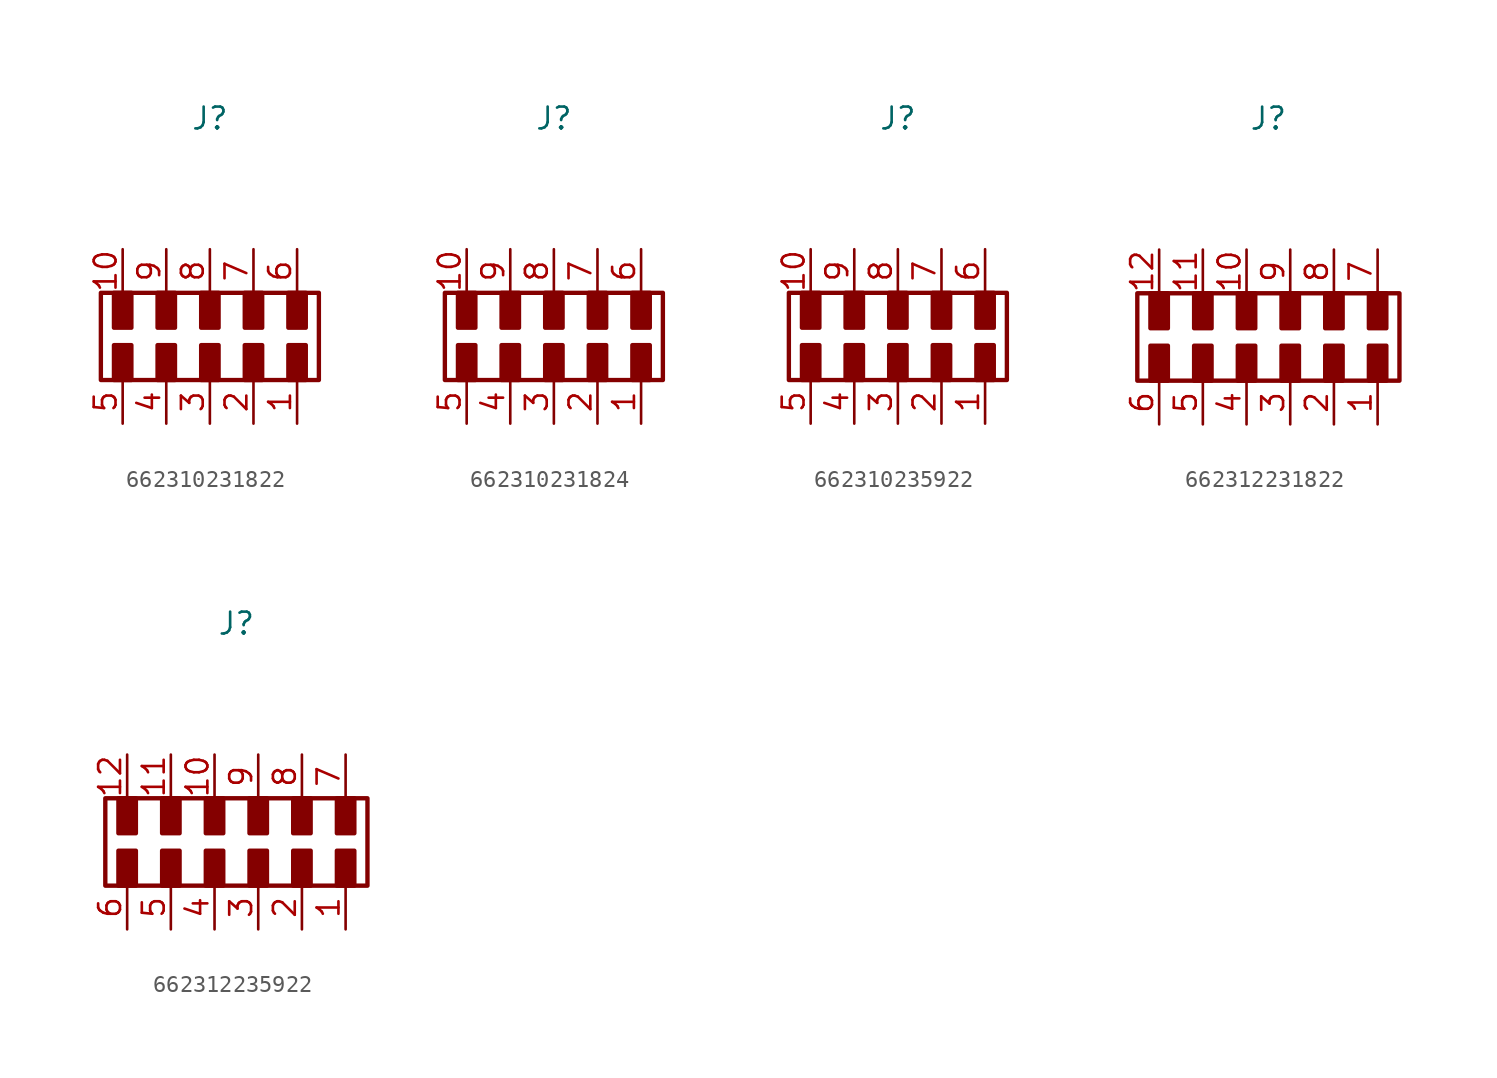
<source format=kicad_sym>
(kicad_symbol_lib
  (version 20241209)
  (generator "kicad_symbol_editor")
  (generator_version "9.0")
  (symbol "662310231822"
    (pin_names
      (hide yes))
    (property "Reference" "J"
      (at 0 12.7 0)
      (effects (font (size 1.27 1.27))))
    (symbol "662310231822_1_1"
      (rectangle (start -6.35 2.54) (end 6.35 -2.54) (stroke (width 0.254) (type solid)) (fill (type none)))
      (rectangle (start -5.588 2.54) (end -4.572 0.508) (stroke (width 0.254) (type solid)) (fill (type outline)))
      (rectangle (start -5.588 -0.508) (end -4.572 -2.54) (stroke (width 0.254) (type solid)) (fill (type outline)))
      (rectangle (start -3.048 2.54) (end -2.032 0.508) (stroke (width 0.254) (type solid)) (fill (type outline)))
      (rectangle (start -3.048 -0.508) (end -2.032 -2.54) (stroke (width 0.254) (type solid)) (fill (type outline)))
      (rectangle (start -0.508 2.54) (end 0.508 0.508) (stroke (width 0.254) (type solid)) (fill (type outline)))
      (rectangle (start -0.508 -0.508) (end 0.508 -2.54) (stroke (width 0.254) (type solid)) (fill (type outline)))
      (rectangle (start 2.032 2.54) (end 3.048 0.508) (stroke (width 0.254) (type solid)) (fill (type outline)))
      (rectangle (start 2.032 -0.508) (end 3.048 -2.54) (stroke (width 0.254) (type solid)) (fill (type outline)))
      (rectangle (start 4.572 2.54) (end 5.588 0.508) (stroke (width 0.254) (type solid)) (fill (type outline)))
      (rectangle (start 4.572 -0.508) (end 5.588 -2.54) (stroke (width 0.254) (type solid)) (fill (type outline)))
      (pin passive line (at -5.08 5.08 270) (length 2.54) (name "10" (effects (font (size 1.27 1.27)))) (number "10" (effects (font (size 1.27 1.27)))))
      (pin passive line (at -5.08 -5.08 90) (length 2.54) (name "5" (effects (font (size 1.27 1.27)))) (number "5" (effects (font (size 1.27 1.27)))))
      (pin passive line (at -2.54 5.08 270) (length 2.54) (name "9" (effects (font (size 1.27 1.27)))) (number "9" (effects (font (size 1.27 1.27)))))
      (pin passive line (at -2.54 -5.08 90) (length 2.54) (name "4" (effects (font (size 1.27 1.27)))) (number "4" (effects (font (size 1.27 1.27)))))
      (pin passive line (at 0 5.08 270) (length 2.54) (name "8" (effects (font (size 1.27 1.27)))) (number "8" (effects (font (size 1.27 1.27)))))
      (pin passive line (at 0 -5.08 90) (length 2.54) (name "3" (effects (font (size 1.27 1.27)))) (number "3" (effects (font (size 1.27 1.27)))))
      (pin passive line (at 2.54 5.08 270) (length 2.54) (name "7" (effects (font (size 1.27 1.27)))) (number "7" (effects (font (size 1.27 1.27)))))
      (pin passive line (at 2.54 -5.08 90) (length 2.54) (name "2" (effects (font (size 1.27 1.27)))) (number "2" (effects (font (size 1.27 1.27)))))
      (pin passive line (at 5.08 5.08 270) (length 2.54) (name "6" (effects (font (size 1.27 1.27)))) (number "6" (effects (font (size 1.27 1.27)))))
      (pin passive line (at 5.08 -5.08 90) (length 2.54) (name "1" (effects (font (size 1.27 1.27)))) (number "1" (effects (font (size 1.27 1.27)))))))
  (symbol "662310231824"
    (pin_names
      (hide yes))
    (property "Reference" "J"
      (at 0 12.7 0)
      (effects (font (size 1.27 1.27))))
    (symbol "662310231824_1_1"
      (rectangle (start -6.35 2.54) (end 6.35 -2.54) (stroke (width 0.254) (type solid)) (fill (type none)))
      (rectangle (start -5.588 2.54) (end -4.572 0.508) (stroke (width 0.254) (type solid)) (fill (type outline)))
      (rectangle (start -5.588 -0.508) (end -4.572 -2.54) (stroke (width 0.254) (type solid)) (fill (type outline)))
      (rectangle (start -3.048 2.54) (end -2.032 0.508) (stroke (width 0.254) (type solid)) (fill (type outline)))
      (rectangle (start -3.048 -0.508) (end -2.032 -2.54) (stroke (width 0.254) (type solid)) (fill (type outline)))
      (rectangle (start -0.508 2.54) (end 0.508 0.508) (stroke (width 0.254) (type solid)) (fill (type outline)))
      (rectangle (start -0.508 -0.508) (end 0.508 -2.54) (stroke (width 0.254) (type solid)) (fill (type outline)))
      (rectangle (start 2.032 2.54) (end 3.048 0.508) (stroke (width 0.254) (type solid)) (fill (type outline)))
      (rectangle (start 2.032 -0.508) (end 3.048 -2.54) (stroke (width 0.254) (type solid)) (fill (type outline)))
      (rectangle (start 4.572 2.54) (end 5.588 0.508) (stroke (width 0.254) (type solid)) (fill (type outline)))
      (rectangle (start 4.572 -0.508) (end 5.588 -2.54) (stroke (width 0.254) (type solid)) (fill (type outline)))
      (pin passive line (at -5.08 5.08 270) (length 2.54) (name "10" (effects (font (size 1.27 1.27)))) (number "10" (effects (font (size 1.27 1.27)))))
      (pin passive line (at -5.08 -5.08 90) (length 2.54) (name "5" (effects (font (size 1.27 1.27)))) (number "5" (effects (font (size 1.27 1.27)))))
      (pin passive line (at -2.54 5.08 270) (length 2.54) (name "9" (effects (font (size 1.27 1.27)))) (number "9" (effects (font (size 1.27 1.27)))))
      (pin passive line (at -2.54 -5.08 90) (length 2.54) (name "4" (effects (font (size 1.27 1.27)))) (number "4" (effects (font (size 1.27 1.27)))))
      (pin passive line (at 0 5.08 270) (length 2.54) (name "8" (effects (font (size 1.27 1.27)))) (number "8" (effects (font (size 1.27 1.27)))))
      (pin passive line (at 0 -5.08 90) (length 2.54) (name "3" (effects (font (size 1.27 1.27)))) (number "3" (effects (font (size 1.27 1.27)))))
      (pin passive line (at 2.54 5.08 270) (length 2.54) (name "7" (effects (font (size 1.27 1.27)))) (number "7" (effects (font (size 1.27 1.27)))))
      (pin passive line (at 2.54 -5.08 90) (length 2.54) (name "2" (effects (font (size 1.27 1.27)))) (number "2" (effects (font (size 1.27 1.27)))))
      (pin passive line (at 5.08 5.08 270) (length 2.54) (name "6" (effects (font (size 1.27 1.27)))) (number "6" (effects (font (size 1.27 1.27)))))
      (pin passive line (at 5.08 -5.08 90) (length 2.54) (name "1" (effects (font (size 1.27 1.27)))) (number "1" (effects (font (size 1.27 1.27)))))))
  (symbol "662310235922"
    (pin_names
      (hide yes))
    (property "Reference" "J"
      (at 0 12.7 0)
      (effects (font (size 1.27 1.27))))
    (symbol "662310235922_1_1"
      (rectangle (start -6.35 2.54) (end 6.35 -2.54) (stroke (width 0.254) (type solid)) (fill (type none)))
      (rectangle (start -5.588 2.54) (end -4.572 0.508) (stroke (width 0.254) (type solid)) (fill (type outline)))
      (rectangle (start -5.588 -0.508) (end -4.572 -2.54) (stroke (width 0.254) (type solid)) (fill (type outline)))
      (rectangle (start -3.048 2.54) (end -2.032 0.508) (stroke (width 0.254) (type solid)) (fill (type outline)))
      (rectangle (start -3.048 -0.508) (end -2.032 -2.54) (stroke (width 0.254) (type solid)) (fill (type outline)))
      (rectangle (start -0.508 2.54) (end 0.508 0.508) (stroke (width 0.254) (type solid)) (fill (type outline)))
      (rectangle (start -0.508 -0.508) (end 0.508 -2.54) (stroke (width 0.254) (type solid)) (fill (type outline)))
      (rectangle (start 2.032 2.54) (end 3.048 0.508) (stroke (width 0.254) (type solid)) (fill (type outline)))
      (rectangle (start 2.032 -0.508) (end 3.048 -2.54) (stroke (width 0.254) (type solid)) (fill (type outline)))
      (rectangle (start 4.572 2.54) (end 5.588 0.508) (stroke (width 0.254) (type solid)) (fill (type outline)))
      (rectangle (start 4.572 -0.508) (end 5.588 -2.54) (stroke (width 0.254) (type solid)) (fill (type outline)))
      (pin passive line (at -5.08 5.08 270) (length 2.54) (name "10" (effects (font (size 1.27 1.27)))) (number "10" (effects (font (size 1.27 1.27)))))
      (pin passive line (at -5.08 -5.08 90) (length 2.54) (name "5" (effects (font (size 1.27 1.27)))) (number "5" (effects (font (size 1.27 1.27)))))
      (pin passive line (at -2.54 5.08 270) (length 2.54) (name "9" (effects (font (size 1.27 1.27)))) (number "9" (effects (font (size 1.27 1.27)))))
      (pin passive line (at -2.54 -5.08 90) (length 2.54) (name "4" (effects (font (size 1.27 1.27)))) (number "4" (effects (font (size 1.27 1.27)))))
      (pin passive line (at 0 5.08 270) (length 2.54) (name "8" (effects (font (size 1.27 1.27)))) (number "8" (effects (font (size 1.27 1.27)))))
      (pin passive line (at 0 -5.08 90) (length 2.54) (name "3" (effects (font (size 1.27 1.27)))) (number "3" (effects (font (size 1.27 1.27)))))
      (pin passive line (at 2.54 5.08 270) (length 2.54) (name "7" (effects (font (size 1.27 1.27)))) (number "7" (effects (font (size 1.27 1.27)))))
      (pin passive line (at 2.54 -5.08 90) (length 2.54) (name "2" (effects (font (size 1.27 1.27)))) (number "2" (effects (font (size 1.27 1.27)))))
      (pin passive line (at 5.08 5.08 270) (length 2.54) (name "6" (effects (font (size 1.27 1.27)))) (number "6" (effects (font (size 1.27 1.27)))))
      (pin passive line (at 5.08 -5.08 90) (length 2.54) (name "1" (effects (font (size 1.27 1.27)))) (number "1" (effects (font (size 1.27 1.27)))))))
  (symbol "662312231822"
    (pin_names
      (hide yes))
    (property "Reference" "J"
      (at 0 12.7 0)
      (effects (font (size 1.27 1.27))))
    (symbol "662312231822_1_1"
      (rectangle (start -7.62 2.54) (end 7.62 -2.54) (stroke (width 0.254) (type solid)) (fill (type none)))
      (rectangle (start -6.858 2.54) (end -5.842 0.508) (stroke (width 0.254) (type solid)) (fill (type outline)))
      (rectangle (start -6.858 -0.508) (end -5.842 -2.54) (stroke (width 0.254) (type solid)) (fill (type outline)))
      (rectangle (start -4.318 2.54) (end -3.302 0.508) (stroke (width 0.254) (type solid)) (fill (type outline)))
      (rectangle (start -4.318 -0.508) (end -3.302 -2.54) (stroke (width 0.254) (type solid)) (fill (type outline)))
      (rectangle (start -1.778 2.54) (end -0.762 0.508) (stroke (width 0.254) (type solid)) (fill (type outline)))
      (rectangle (start -1.778 -0.508) (end -0.762 -2.54) (stroke (width 0.254) (type solid)) (fill (type outline)))
      (rectangle (start 0.762 2.54) (end 1.778 0.508) (stroke (width 0.254) (type solid)) (fill (type outline)))
      (rectangle (start 0.762 -0.508) (end 1.778 -2.54) (stroke (width 0.254) (type solid)) (fill (type outline)))
      (rectangle (start 3.302 2.54) (end 4.318 0.508) (stroke (width 0.254) (type solid)) (fill (type outline)))
      (rectangle (start 3.302 -0.508) (end 4.318 -2.54) (stroke (width 0.254) (type solid)) (fill (type outline)))
      (rectangle (start 5.842 2.54) (end 6.858 0.508) (stroke (width 0.254) (type solid)) (fill (type outline)))
      (rectangle (start 5.842 -0.508) (end 6.858 -2.54) (stroke (width 0.254) (type solid)) (fill (type outline)))
      (pin passive line (at -6.35 5.08 270) (length 2.54) (name "12" (effects (font (size 1.27 1.27)))) (number "12" (effects (font (size 1.27 1.27)))))
      (pin passive line (at -6.35 -5.08 90) (length 2.54) (name "6" (effects (font (size 1.27 1.27)))) (number "6" (effects (font (size 1.27 1.27)))))
      (pin passive line (at -3.81 5.08 270) (length 2.54) (name "11" (effects (font (size 1.27 1.27)))) (number "11" (effects (font (size 1.27 1.27)))))
      (pin passive line (at -3.81 -5.08 90) (length 2.54) (name "5" (effects (font (size 1.27 1.27)))) (number "5" (effects (font (size 1.27 1.27)))))
      (pin passive line (at -1.27 5.08 270) (length 2.54) (name "10" (effects (font (size 1.27 1.27)))) (number "10" (effects (font (size 1.27 1.27)))))
      (pin passive line (at -1.27 -5.08 90) (length 2.54) (name "4" (effects (font (size 1.27 1.27)))) (number "4" (effects (font (size 1.27 1.27)))))
      (pin passive line (at 1.27 5.08 270) (length 2.54) (name "9" (effects (font (size 1.27 1.27)))) (number "9" (effects (font (size 1.27 1.27)))))
      (pin passive line (at 1.27 -5.08 90) (length 2.54) (name "3" (effects (font (size 1.27 1.27)))) (number "3" (effects (font (size 1.27 1.27)))))
      (pin passive line (at 3.81 5.08 270) (length 2.54) (name "8" (effects (font (size 1.27 1.27)))) (number "8" (effects (font (size 1.27 1.27)))))
      (pin passive line (at 3.81 -5.08 90) (length 2.54) (name "2" (effects (font (size 1.27 1.27)))) (number "2" (effects (font (size 1.27 1.27)))))
      (pin passive line (at 6.35 5.08 270) (length 2.54) (name "7" (effects (font (size 1.27 1.27)))) (number "7" (effects (font (size 1.27 1.27)))))
      (pin passive line (at 6.35 -5.08 90) (length 2.54) (name "1" (effects (font (size 1.27 1.27)))) (number "1" (effects (font (size 1.27 1.27)))))))
  (symbol "662312235922"
    (pin_names
      (hide yes))
    (property "Reference" "J"
      (at 0 12.7 0)
      (effects (font (size 1.27 1.27))))
    (symbol "662312235922_1_1"
      (rectangle (start -7.62 2.54) (end 7.62 -2.54) (stroke (width 0.254) (type solid)) (fill (type none)))
      (rectangle (start -6.858 2.54) (end -5.842 0.508) (stroke (width 0.254) (type solid)) (fill (type outline)))
      (rectangle (start -6.858 -0.508) (end -5.842 -2.54) (stroke (width 0.254) (type solid)) (fill (type outline)))
      (rectangle (start -4.318 2.54) (end -3.302 0.508) (stroke (width 0.254) (type solid)) (fill (type outline)))
      (rectangle (start -4.318 -0.508) (end -3.302 -2.54) (stroke (width 0.254) (type solid)) (fill (type outline)))
      (rectangle (start -1.778 2.54) (end -0.762 0.508) (stroke (width 0.254) (type solid)) (fill (type outline)))
      (rectangle (start -1.778 -0.508) (end -0.762 -2.54) (stroke (width 0.254) (type solid)) (fill (type outline)))
      (rectangle (start 0.762 2.54) (end 1.778 0.508) (stroke (width 0.254) (type solid)) (fill (type outline)))
      (rectangle (start 0.762 -0.508) (end 1.778 -2.54) (stroke (width 0.254) (type solid)) (fill (type outline)))
      (rectangle (start 3.302 2.54) (end 4.318 0.508) (stroke (width 0.254) (type solid)) (fill (type outline)))
      (rectangle (start 3.302 -0.508) (end 4.318 -2.54) (stroke (width 0.254) (type solid)) (fill (type outline)))
      (rectangle (start 5.842 2.54) (end 6.858 0.508) (stroke (width 0.254) (type solid)) (fill (type outline)))
      (rectangle (start 5.842 -0.508) (end 6.858 -2.54) (stroke (width 0.254) (type solid)) (fill (type outline)))
      (pin passive line (at -6.35 5.08 270) (length 2.54) (name "12" (effects (font (size 1.27 1.27)))) (number "12" (effects (font (size 1.27 1.27)))))
      (pin passive line (at -6.35 -5.08 90) (length 2.54) (name "6" (effects (font (size 1.27 1.27)))) (number "6" (effects (font (size 1.27 1.27)))))
      (pin passive line (at -3.81 5.08 270) (length 2.54) (name "11" (effects (font (size 1.27 1.27)))) (number "11" (effects (font (size 1.27 1.27)))))
      (pin passive line (at -3.81 -5.08 90) (length 2.54) (name "5" (effects (font (size 1.27 1.27)))) (number "5" (effects (font (size 1.27 1.27)))))
      (pin passive line (at -1.27 5.08 270) (length 2.54) (name "10" (effects (font (size 1.27 1.27)))) (number "10" (effects (font (size 1.27 1.27)))))
      (pin passive line (at -1.27 -5.08 90) (length 2.54) (name "4" (effects (font (size 1.27 1.27)))) (number "4" (effects (font (size 1.27 1.27)))))
      (pin passive line (at 1.27 5.08 270) (length 2.54) (name "9" (effects (font (size 1.27 1.27)))) (number "9" (effects (font (size 1.27 1.27)))))
      (pin passive line (at 1.27 -5.08 90) (length 2.54) (name "3" (effects (font (size 1.27 1.27)))) (number "3" (effects (font (size 1.27 1.27)))))
      (pin passive line (at 3.81 5.08 270) (length 2.54) (name "8" (effects (font (size 1.27 1.27)))) (number "8" (effects (font (size 1.27 1.27)))))
      (pin passive line (at 3.81 -5.08 90) (length 2.54) (name "2" (effects (font (size 1.27 1.27)))) (number "2" (effects (font (size 1.27 1.27)))))
      (pin passive line (at 6.35 5.08 270) (length 2.54) (name "7" (effects (font (size 1.27 1.27)))) (number "7" (effects (font (size 1.27 1.27)))))
      (pin passive line (at 6.35 -5.08 90) (length 2.54) (name "1" (effects (font (size 1.27 1.27)))) (number "1" (effects (font (size 1.27 1.27))))))))
</source>
